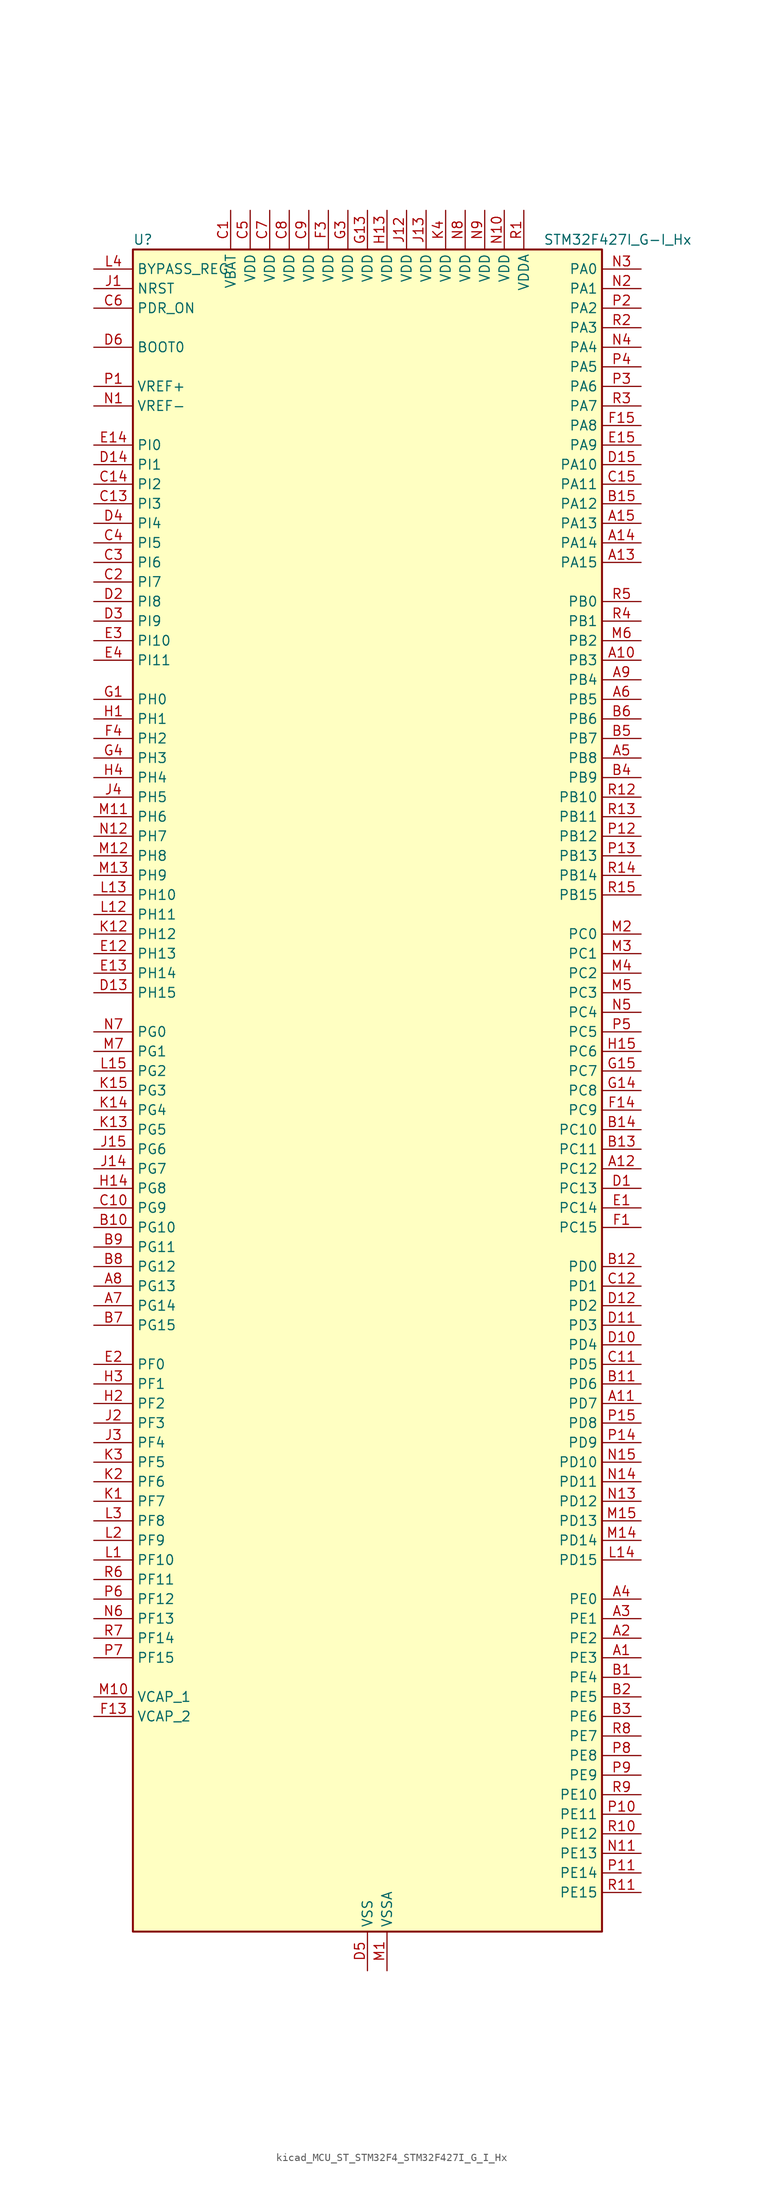
<source format=kicad_sym>
(kicad_symbol_lib
  (version 20220914)
  (generator kicad_symbol_editor)
  (symbol "kicad_MCU_ST_STM32F4_STM32F427I_G_I_Hx"
    (property "Reference" "U"
      (at -30.48 110.49 0)
      (effects (font (size 1.27 1.27)) (justify left)))
    (property "Value" "STM32F427I_G-I_Hx"
      (at 22.86 110.49 0)
      (effects (font (size 1.27 1.27)) (justify left)))
    (property "ki_locked" ""
      (at 0 0 0)
      (effects (font (size 1.27 1.27))))
    (symbol "kicad_MCU_ST_STM32F4_STM32F427I_G_I_Hx_0_1"
      (rectangle (start -30.48 -109.22) (end 30.48 109.22) (stroke (width 0.254) (type default)) (fill (type background))))
    (symbol "kicad_MCU_ST_STM32F4_STM32F427I_G_I_Hx_1_1"
      (pin bidirectional line (at 35.56 -73.66 180) (length 5.08) (name "PE3" (effects (font (size 1.27 1.27)))) (number "A1" (effects (font (size 1.27 1.27)))) (alternate "FMC_A19" bidirectional line) (alternate "SAI1_SD_B" bidirectional line) (alternate "SYS_TRACED0" bidirectional line))
      (pin bidirectional line (at 35.56 55.88 180) (length 5.08) (name "PB3" (effects (font (size 1.27 1.27)))) (number "A10" (effects (font (size 1.27 1.27)))) (alternate "I2S3_CK" bidirectional line) (alternate "SPI1_SCK" bidirectional line) (alternate "SPI3_SCK" bidirectional line) (alternate "SYS_JTDO-SWO" bidirectional line) (alternate "TIM2_CH2" bidirectional line))
      (pin bidirectional line (at 35.56 -40.64 180) (length 5.08) (name "PD7" (effects (font (size 1.27 1.27)))) (number "A11" (effects (font (size 1.27 1.27)))) (alternate "FMC_NCE2" bidirectional line) (alternate "FMC_NE1" bidirectional line) (alternate "USART2_CK" bidirectional line))
      (pin bidirectional line (at 35.56 -10.16 180) (length 5.08) (name "PC12" (effects (font (size 1.27 1.27)))) (number "A12" (effects (font (size 1.27 1.27)))) (alternate "DCMI_D9" bidirectional line) (alternate "I2S3_SD" bidirectional line) (alternate "SDIO_CK" bidirectional line) (alternate "SPI3_MOSI" bidirectional line) (alternate "UART5_TX" bidirectional line) (alternate "USART3_CK" bidirectional line))
      (pin bidirectional line (at 35.56 68.58 180) (length 5.08) (name "PA15" (effects (font (size 1.27 1.27)))) (number "A13" (effects (font (size 1.27 1.27)))) (alternate "ADC1_EXTI15" bidirectional line) (alternate "ADC2_EXTI15" bidirectional line) (alternate "ADC3_EXTI15" bidirectional line) (alternate "I2S3_WS" bidirectional line) (alternate "SPI1_NSS" bidirectional line) (alternate "SPI3_NSS" bidirectional line) (alternate "SYS_JTDI" bidirectional line) (alternate "TIM2_CH1" bidirectional line) (alternate "TIM2_ETR" bidirectional line))
      (pin bidirectional line (at 35.56 71.12 180) (length 5.08) (name "PA14" (effects (font (size 1.27 1.27)))) (number "A14" (effects (font (size 1.27 1.27)))) (alternate "SYS_JTCK-SWCLK" bidirectional line))
      (pin bidirectional line (at 35.56 73.66 180) (length 5.08) (name "PA13" (effects (font (size 1.27 1.27)))) (number "A15" (effects (font (size 1.27 1.27)))) (alternate "SYS_JTMS-SWDIO" bidirectional line))
      (pin bidirectional line (at 35.56 -71.12 180) (length 5.08) (name "PE2" (effects (font (size 1.27 1.27)))) (number "A2" (effects (font (size 1.27 1.27)))) (alternate "ETH_TXD3" bidirectional line) (alternate "FMC_A23" bidirectional line) (alternate "SAI1_MCLK_A" bidirectional line) (alternate "SPI4_SCK" bidirectional line) (alternate "SYS_TRACECLK" bidirectional line))
      (pin bidirectional line (at 35.56 -68.58 180) (length 5.08) (name "PE1" (effects (font (size 1.27 1.27)))) (number "A3" (effects (font (size 1.27 1.27)))) (alternate "DCMI_D3" bidirectional line) (alternate "FMC_NBL1" bidirectional line) (alternate "UART8_TX" bidirectional line))
      (pin bidirectional line (at 35.56 -66.04 180) (length 5.08) (name "PE0" (effects (font (size 1.27 1.27)))) (number "A4" (effects (font (size 1.27 1.27)))) (alternate "DCMI_D2" bidirectional line) (alternate "FMC_NBL0" bidirectional line) (alternate "TIM4_ETR" bidirectional line) (alternate "UART8_RX" bidirectional line))
      (pin bidirectional line (at 35.56 43.18 180) (length 5.08) (name "PB8" (effects (font (size 1.27 1.27)))) (number "A5" (effects (font (size 1.27 1.27)))) (alternate "CAN1_RX" bidirectional line) (alternate "DCMI_D6" bidirectional line) (alternate "ETH_TXD3" bidirectional line) (alternate "I2C1_SCL" bidirectional line) (alternate "SDIO_D4" bidirectional line) (alternate "TIM10_CH1" bidirectional line) (alternate "TIM4_CH3" bidirectional line))
      (pin bidirectional line (at 35.56 50.8 180) (length 5.08) (name "PB5" (effects (font (size 1.27 1.27)))) (number "A6" (effects (font (size 1.27 1.27)))) (alternate "CAN2_RX" bidirectional line) (alternate "DCMI_D10" bidirectional line) (alternate "ETH_PPS_OUT" bidirectional line) (alternate "FMC_SDCKE1" bidirectional line) (alternate "I2C1_SMBA" bidirectional line) (alternate "I2S3_SD" bidirectional line) (alternate "SPI1_MOSI" bidirectional line) (alternate "SPI3_MOSI" bidirectional line) (alternate "TIM3_CH2" bidirectional line) (alternate "USB_OTG_HS_ULPI_D7" bidirectional line))
      (pin bidirectional line (at -35.56 -27.94 0) (length 5.08) (name "PG14" (effects (font (size 1.27 1.27)))) (number "A7" (effects (font (size 1.27 1.27)))) (alternate "ETH_TXD1" bidirectional line) (alternate "FMC_A25" bidirectional line) (alternate "SPI6_MOSI" bidirectional line) (alternate "USART6_TX" bidirectional line))
      (pin bidirectional line (at -35.56 -25.4 0) (length 5.08) (name "PG13" (effects (font (size 1.27 1.27)))) (number "A8" (effects (font (size 1.27 1.27)))) (alternate "ETH_TXD0" bidirectional line) (alternate "FMC_A24" bidirectional line) (alternate "SPI6_SCK" bidirectional line) (alternate "USART6_CTS" bidirectional line))
      (pin bidirectional line (at 35.56 53.34 180) (length 5.08) (name "PB4" (effects (font (size 1.27 1.27)))) (number "A9" (effects (font (size 1.27 1.27)))) (alternate "I2S3_ext_SD" bidirectional line) (alternate "SPI1_MISO" bidirectional line) (alternate "SPI3_MISO" bidirectional line) (alternate "SYS_JTRST" bidirectional line) (alternate "TIM3_CH1" bidirectional line))
      (pin bidirectional line (at 35.56 -76.2 180) (length 5.08) (name "PE4" (effects (font (size 1.27 1.27)))) (number "B1" (effects (font (size 1.27 1.27)))) (alternate "DCMI_D4" bidirectional line) (alternate "FMC_A20" bidirectional line) (alternate "SAI1_FS_A" bidirectional line) (alternate "SPI4_NSS" bidirectional line) (alternate "SYS_TRACED1" bidirectional line))
      (pin bidirectional line (at -35.56 -17.78 0) (length 5.08) (name "PG10" (effects (font (size 1.27 1.27)))) (number "B10" (effects (font (size 1.27 1.27)))) (alternate "DCMI_D2" bidirectional line) (alternate "FMC_NCE4_1" bidirectional line) (alternate "FMC_NE3" bidirectional line))
      (pin bidirectional line (at 35.56 -38.1 180) (length 5.08) (name "PD6" (effects (font (size 1.27 1.27)))) (number "B11" (effects (font (size 1.27 1.27)))) (alternate "DCMI_D10" bidirectional line) (alternate "FMC_NWAIT" bidirectional line) (alternate "I2S3_SD" bidirectional line) (alternate "SAI1_SD_A" bidirectional line) (alternate "SPI3_MOSI" bidirectional line) (alternate "USART2_RX" bidirectional line))
      (pin bidirectional line (at 35.56 -22.86 180) (length 5.08) (name "PD0" (effects (font (size 1.27 1.27)))) (number "B12" (effects (font (size 1.27 1.27)))) (alternate "CAN1_RX" bidirectional line) (alternate "FMC_D2" bidirectional line) (alternate "FMC_DA2" bidirectional line))
      (pin bidirectional line (at 35.56 -7.62 180) (length 5.08) (name "PC11" (effects (font (size 1.27 1.27)))) (number "B13" (effects (font (size 1.27 1.27)))) (alternate "ADC1_EXTI11" bidirectional line) (alternate "ADC2_EXTI11" bidirectional line) (alternate "ADC3_EXTI11" bidirectional line) (alternate "DCMI_D4" bidirectional line) (alternate "I2S3_ext_SD" bidirectional line) (alternate "SDIO_D3" bidirectional line) (alternate "SPI3_MISO" bidirectional line) (alternate "UART4_RX" bidirectional line) (alternate "USART3_RX" bidirectional line))
      (pin bidirectional line (at 35.56 -5.08 180) (length 5.08) (name "PC10" (effects (font (size 1.27 1.27)))) (number "B14" (effects (font (size 1.27 1.27)))) (alternate "DCMI_D8" bidirectional line) (alternate "I2S3_CK" bidirectional line) (alternate "SDIO_D2" bidirectional line) (alternate "SPI3_SCK" bidirectional line) (alternate "UART4_TX" bidirectional line) (alternate "USART3_TX" bidirectional line))
      (pin bidirectional line (at 35.56 76.2 180) (length 5.08) (name "PA12" (effects (font (size 1.27 1.27)))) (number "B15" (effects (font (size 1.27 1.27)))) (alternate "CAN1_TX" bidirectional line) (alternate "TIM1_ETR" bidirectional line) (alternate "USART1_RTS" bidirectional line) (alternate "USB_OTG_FS_DP" bidirectional line))
      (pin bidirectional line (at 35.56 -78.74 180) (length 5.08) (name "PE5" (effects (font (size 1.27 1.27)))) (number "B2" (effects (font (size 1.27 1.27)))) (alternate "DCMI_D6" bidirectional line) (alternate "FMC_A21" bidirectional line) (alternate "SAI1_SCK_A" bidirectional line) (alternate "SPI4_MISO" bidirectional line) (alternate "SYS_TRACED2" bidirectional line) (alternate "TIM9_CH1" bidirectional line))
      (pin bidirectional line (at 35.56 -81.28 180) (length 5.08) (name "PE6" (effects (font (size 1.27 1.27)))) (number "B3" (effects (font (size 1.27 1.27)))) (alternate "DCMI_D7" bidirectional line) (alternate "FMC_A22" bidirectional line) (alternate "SAI1_SD_A" bidirectional line) (alternate "SPI4_MOSI" bidirectional line) (alternate "SYS_TRACED3" bidirectional line) (alternate "TIM9_CH2" bidirectional line))
      (pin bidirectional line (at 35.56 40.64 180) (length 5.08) (name "PB9" (effects (font (size 1.27 1.27)))) (number "B4" (effects (font (size 1.27 1.27)))) (alternate "CAN1_TX" bidirectional line) (alternate "DAC_EXTI9" bidirectional line) (alternate "DCMI_D7" bidirectional line) (alternate "I2C1_SDA" bidirectional line) (alternate "I2S2_WS" bidirectional line) (alternate "SDIO_D5" bidirectional line) (alternate "SPI2_NSS" bidirectional line) (alternate "TIM11_CH1" bidirectional line) (alternate "TIM4_CH4" bidirectional line))
      (pin bidirectional line (at 35.56 45.72 180) (length 5.08) (name "PB7" (effects (font (size 1.27 1.27)))) (number "B5" (effects (font (size 1.27 1.27)))) (alternate "DCMI_VSYNC" bidirectional line) (alternate "FMC_NL" bidirectional line) (alternate "I2C1_SDA" bidirectional line) (alternate "TIM4_CH2" bidirectional line) (alternate "USART1_RX" bidirectional line))
      (pin bidirectional line (at 35.56 48.26 180) (length 5.08) (name "PB6" (effects (font (size 1.27 1.27)))) (number "B6" (effects (font (size 1.27 1.27)))) (alternate "CAN2_TX" bidirectional line) (alternate "DCMI_D5" bidirectional line) (alternate "FMC_SDNE1" bidirectional line) (alternate "I2C1_SCL" bidirectional line) (alternate "TIM4_CH1" bidirectional line) (alternate "USART1_TX" bidirectional line))
      (pin bidirectional line (at -35.56 -30.48 0) (length 5.08) (name "PG15" (effects (font (size 1.27 1.27)))) (number "B7" (effects (font (size 1.27 1.27)))) (alternate "ADC1_EXTI15" bidirectional line) (alternate "ADC2_EXTI15" bidirectional line) (alternate "ADC3_EXTI15" bidirectional line) (alternate "DCMI_D13" bidirectional line) (alternate "FMC_SDNCAS" bidirectional line) (alternate "USART6_CTS" bidirectional line))
      (pin bidirectional line (at -35.56 -22.86 0) (length 5.08) (name "PG12" (effects (font (size 1.27 1.27)))) (number "B8" (effects (font (size 1.27 1.27)))) (alternate "FMC_NE4" bidirectional line) (alternate "SPI6_MISO" bidirectional line) (alternate "USART6_RTS" bidirectional line))
      (pin bidirectional line (at -35.56 -20.32 0) (length 5.08) (name "PG11" (effects (font (size 1.27 1.27)))) (number "B9" (effects (font (size 1.27 1.27)))) (alternate "ADC1_EXTI11" bidirectional line) (alternate "ADC2_EXTI11" bidirectional line) (alternate "ADC3_EXTI11" bidirectional line) (alternate "DCMI_D3" bidirectional line) (alternate "ETH_TX_EN" bidirectional line) (alternate "FMC_NCE4_2" bidirectional line))
      (pin power_in line (at -17.78 114.3 270) (length 5.08) (name "VBAT" (effects (font (size 1.27 1.27)))) (number "C1" (effects (font (size 1.27 1.27)))))
      (pin bidirectional line (at -35.56 -15.24 0) (length 5.08) (name "PG9" (effects (font (size 1.27 1.27)))) (number "C10" (effects (font (size 1.27 1.27)))) (alternate "DAC_EXTI9" bidirectional line) (alternate "DCMI_VSYNC" bidirectional line) (alternate "FMC_NCE3" bidirectional line) (alternate "FMC_NE2" bidirectional line) (alternate "USART6_RX" bidirectional line))
      (pin bidirectional line (at 35.56 -35.56 180) (length 5.08) (name "PD5" (effects (font (size 1.27 1.27)))) (number "C11" (effects (font (size 1.27 1.27)))) (alternate "FMC_NWE" bidirectional line) (alternate "USART2_TX" bidirectional line))
      (pin bidirectional line (at 35.56 -25.4 180) (length 5.08) (name "PD1" (effects (font (size 1.27 1.27)))) (number "C12" (effects (font (size 1.27 1.27)))) (alternate "CAN1_TX" bidirectional line) (alternate "FMC_D3" bidirectional line) (alternate "FMC_DA3" bidirectional line))
      (pin bidirectional line (at -35.56 76.2 0) (length 5.08) (name "PI3" (effects (font (size 1.27 1.27)))) (number "C13" (effects (font (size 1.27 1.27)))) (alternate "DCMI_D10" bidirectional line) (alternate "FMC_D27" bidirectional line) (alternate "I2S2_SD" bidirectional line) (alternate "SPI2_MOSI" bidirectional line) (alternate "TIM8_ETR" bidirectional line))
      (pin bidirectional line (at -35.56 78.74 0) (length 5.08) (name "PI2" (effects (font (size 1.27 1.27)))) (number "C14" (effects (font (size 1.27 1.27)))) (alternate "DCMI_D9" bidirectional line) (alternate "FMC_D26" bidirectional line) (alternate "I2S2_ext_SD" bidirectional line) (alternate "SPI2_MISO" bidirectional line) (alternate "TIM8_CH4" bidirectional line))
      (pin bidirectional line (at 35.56 78.74 180) (length 5.08) (name "PA11" (effects (font (size 1.27 1.27)))) (number "C15" (effects (font (size 1.27 1.27)))) (alternate "ADC1_EXTI11" bidirectional line) (alternate "ADC2_EXTI11" bidirectional line) (alternate "ADC3_EXTI11" bidirectional line) (alternate "CAN1_RX" bidirectional line) (alternate "TIM1_CH4" bidirectional line) (alternate "USART1_CTS" bidirectional line) (alternate "USB_OTG_FS_DM" bidirectional line))
      (pin bidirectional line (at -35.56 66.04 0) (length 5.08) (name "PI7" (effects (font (size 1.27 1.27)))) (number "C2" (effects (font (size 1.27 1.27)))) (alternate "DCMI_D7" bidirectional line) (alternate "FMC_D29" bidirectional line) (alternate "TIM8_CH3" bidirectional line))
      (pin bidirectional line (at -35.56 68.58 0) (length 5.08) (name "PI6" (effects (font (size 1.27 1.27)))) (number "C3" (effects (font (size 1.27 1.27)))) (alternate "DCMI_D6" bidirectional line) (alternate "FMC_D28" bidirectional line) (alternate "TIM8_CH2" bidirectional line))
      (pin bidirectional line (at -35.56 71.12 0) (length 5.08) (name "PI5" (effects (font (size 1.27 1.27)))) (number "C4" (effects (font (size 1.27 1.27)))) (alternate "DCMI_VSYNC" bidirectional line) (alternate "FMC_NBL3" bidirectional line) (alternate "TIM8_CH1" bidirectional line))
      (pin power_in line (at -15.24 114.3 270) (length 5.08) (name "VDD" (effects (font (size 1.27 1.27)))) (number "C5" (effects (font (size 1.27 1.27)))))
      (pin input line (at -35.56 101.6 0) (length 5.08) (name "PDR_ON" (effects (font (size 1.27 1.27)))) (number "C6" (effects (font (size 1.27 1.27)))))
      (pin power_in line (at -12.7 114.3 270) (length 5.08) (name "VDD" (effects (font (size 1.27 1.27)))) (number "C7" (effects (font (size 1.27 1.27)))))
      (pin power_in line (at -10.16 114.3 270) (length 5.08) (name "VDD" (effects (font (size 1.27 1.27)))) (number "C8" (effects (font (size 1.27 1.27)))))
      (pin power_in line (at -7.62 114.3 270) (length 5.08) (name "VDD" (effects (font (size 1.27 1.27)))) (number "C9" (effects (font (size 1.27 1.27)))))
      (pin bidirectional line (at 35.56 -12.7 180) (length 5.08) (name "PC13" (effects (font (size 1.27 1.27)))) (number "D1" (effects (font (size 1.27 1.27)))) (alternate "RTC_AF1" bidirectional line))
      (pin bidirectional line (at 35.56 -33.02 180) (length 5.08) (name "PD4" (effects (font (size 1.27 1.27)))) (number "D10" (effects (font (size 1.27 1.27)))) (alternate "FMC_NOE" bidirectional line) (alternate "USART2_RTS" bidirectional line))
      (pin bidirectional line (at 35.56 -30.48 180) (length 5.08) (name "PD3" (effects (font (size 1.27 1.27)))) (number "D11" (effects (font (size 1.27 1.27)))) (alternate "DCMI_D5" bidirectional line) (alternate "FMC_CLK" bidirectional line) (alternate "I2S2_CK" bidirectional line) (alternate "SPI2_SCK" bidirectional line) (alternate "USART2_CTS" bidirectional line))
      (pin bidirectional line (at 35.56 -27.94 180) (length 5.08) (name "PD2" (effects (font (size 1.27 1.27)))) (number "D12" (effects (font (size 1.27 1.27)))) (alternate "DCMI_D11" bidirectional line) (alternate "SDIO_CMD" bidirectional line) (alternate "TIM3_ETR" bidirectional line) (alternate "UART5_RX" bidirectional line))
      (pin bidirectional line (at -35.56 12.7 0) (length 5.08) (name "PH15" (effects (font (size 1.27 1.27)))) (number "D13" (effects (font (size 1.27 1.27)))) (alternate "ADC1_EXTI15" bidirectional line) (alternate "ADC2_EXTI15" bidirectional line) (alternate "ADC3_EXTI15" bidirectional line) (alternate "DCMI_D11" bidirectional line) (alternate "FMC_D23" bidirectional line) (alternate "TIM8_CH3N" bidirectional line))
      (pin bidirectional line (at -35.56 81.28 0) (length 5.08) (name "PI1" (effects (font (size 1.27 1.27)))) (number "D14" (effects (font (size 1.27 1.27)))) (alternate "DCMI_D8" bidirectional line) (alternate "FMC_D25" bidirectional line) (alternate "I2S2_CK" bidirectional line) (alternate "SPI2_SCK" bidirectional line))
      (pin bidirectional line (at 35.56 81.28 180) (length 5.08) (name "PA10" (effects (font (size 1.27 1.27)))) (number "D15" (effects (font (size 1.27 1.27)))) (alternate "DCMI_D1" bidirectional line) (alternate "TIM1_CH3" bidirectional line) (alternate "USART1_RX" bidirectional line) (alternate "USB_OTG_FS_ID" bidirectional line))
      (pin bidirectional line (at -35.56 63.5 0) (length 5.08) (name "PI8" (effects (font (size 1.27 1.27)))) (number "D2" (effects (font (size 1.27 1.27)))) (alternate "RTC_AF2" bidirectional line))
      (pin bidirectional line (at -35.56 60.96 0) (length 5.08) (name "PI9" (effects (font (size 1.27 1.27)))) (number "D3" (effects (font (size 1.27 1.27)))) (alternate "CAN1_RX" bidirectional line) (alternate "DAC_EXTI9" bidirectional line) (alternate "FMC_D30" bidirectional line))
      (pin bidirectional line (at -35.56 73.66 0) (length 5.08) (name "PI4" (effects (font (size 1.27 1.27)))) (number "D4" (effects (font (size 1.27 1.27)))) (alternate "DCMI_D5" bidirectional line) (alternate "FMC_NBL2" bidirectional line) (alternate "TIM8_BKIN" bidirectional line))
      (pin power_in line (at 0 -114.3 90) (length 5.08) (name "VSS" (effects (font (size 1.27 1.27)))) (number "D5" (effects (font (size 1.27 1.27)))))
      (pin input line (at -35.56 96.52 0) (length 5.08) (name "BOOT0" (effects (font (size 1.27 1.27)))) (number "D6" (effects (font (size 1.27 1.27)))))
      (pin passive line (at 0 -114.3 90) (length 5.08) hide (name "VSS" (effects (font (size 1.27 1.27)))) (number "D7" (effects (font (size 1.27 1.27)))))
      (pin passive line (at 0 -114.3 90) (length 5.08) hide (name "VSS" (effects (font (size 1.27 1.27)))) (number "D8" (effects (font (size 1.27 1.27)))))
      (pin passive line (at 0 -114.3 90) (length 5.08) hide (name "VSS" (effects (font (size 1.27 1.27)))) (number "D9" (effects (font (size 1.27 1.27)))))
      (pin bidirectional line (at 35.56 -15.24 180) (length 5.08) (name "PC14" (effects (font (size 1.27 1.27)))) (number "E1" (effects (font (size 1.27 1.27)))) (alternate "RCC_OSC32_IN" bidirectional line))
      (pin bidirectional line (at -35.56 17.78 0) (length 5.08) (name "PH13" (effects (font (size 1.27 1.27)))) (number "E12" (effects (font (size 1.27 1.27)))) (alternate "CAN1_TX" bidirectional line) (alternate "FMC_D21" bidirectional line) (alternate "TIM8_CH1N" bidirectional line))
      (pin bidirectional line (at -35.56 15.24 0) (length 5.08) (name "PH14" (effects (font (size 1.27 1.27)))) (number "E13" (effects (font (size 1.27 1.27)))) (alternate "DCMI_D4" bidirectional line) (alternate "FMC_D22" bidirectional line) (alternate "TIM8_CH2N" bidirectional line))
      (pin bidirectional line (at -35.56 83.82 0) (length 5.08) (name "PI0" (effects (font (size 1.27 1.27)))) (number "E14" (effects (font (size 1.27 1.27)))) (alternate "DCMI_D13" bidirectional line) (alternate "FMC_D24" bidirectional line) (alternate "I2S2_WS" bidirectional line) (alternate "SPI2_NSS" bidirectional line) (alternate "TIM5_CH4" bidirectional line))
      (pin bidirectional line (at 35.56 83.82 180) (length 5.08) (name "PA9" (effects (font (size 1.27 1.27)))) (number "E15" (effects (font (size 1.27 1.27)))) (alternate "DAC_EXTI9" bidirectional line) (alternate "DCMI_D0" bidirectional line) (alternate "I2C3_SMBA" bidirectional line) (alternate "TIM1_CH2" bidirectional line) (alternate "USART1_TX" bidirectional line) (alternate "USB_OTG_FS_VBUS" bidirectional line))
      (pin bidirectional line (at -35.56 -35.56 0) (length 5.08) (name "PF0" (effects (font (size 1.27 1.27)))) (number "E2" (effects (font (size 1.27 1.27)))) (alternate "FMC_A0" bidirectional line) (alternate "I2C2_SDA" bidirectional line))
      (pin bidirectional line (at -35.56 58.42 0) (length 5.08) (name "PI10" (effects (font (size 1.27 1.27)))) (number "E3" (effects (font (size 1.27 1.27)))) (alternate "ETH_RX_ER" bidirectional line) (alternate "FMC_D31" bidirectional line))
      (pin bidirectional line (at -35.56 55.88 0) (length 5.08) (name "PI11" (effects (font (size 1.27 1.27)))) (number "E4" (effects (font (size 1.27 1.27)))) (alternate "ADC1_EXTI11" bidirectional line) (alternate "ADC2_EXTI11" bidirectional line) (alternate "ADC3_EXTI11" bidirectional line) (alternate "USB_OTG_HS_ULPI_DIR" bidirectional line))
      (pin bidirectional line (at 35.56 -17.78 180) (length 5.08) (name "PC15" (effects (font (size 1.27 1.27)))) (number "F1" (effects (font (size 1.27 1.27)))) (alternate "ADC1_EXTI15" bidirectional line) (alternate "ADC2_EXTI15" bidirectional line) (alternate "ADC3_EXTI15" bidirectional line) (alternate "RCC_OSC32_OUT" bidirectional line))
      (pin passive line (at 0 -114.3 90) (length 5.08) hide (name "VSS" (effects (font (size 1.27 1.27)))) (number "F10" (effects (font (size 1.27 1.27)))))
      (pin passive line (at 0 -114.3 90) (length 5.08) hide (name "VSS" (effects (font (size 1.27 1.27)))) (number "F12" (effects (font (size 1.27 1.27)))))
      (pin power_out line (at -35.56 -81.28 0) (length 5.08) (name "VCAP_2" (effects (font (size 1.27 1.27)))) (number "F13" (effects (font (size 1.27 1.27)))))
      (pin bidirectional line (at 35.56 -2.54 180) (length 5.08) (name "PC9" (effects (font (size 1.27 1.27)))) (number "F14" (effects (font (size 1.27 1.27)))) (alternate "DAC_EXTI9" bidirectional line) (alternate "DCMI_D3" bidirectional line) (alternate "I2C3_SDA" bidirectional line) (alternate "I2S_CKIN" bidirectional line) (alternate "RCC_MCO_2" bidirectional line) (alternate "SDIO_D1" bidirectional line) (alternate "TIM3_CH4" bidirectional line) (alternate "TIM8_CH4" bidirectional line))
      (pin bidirectional line (at 35.56 86.36 180) (length 5.08) (name "PA8" (effects (font (size 1.27 1.27)))) (number "F15" (effects (font (size 1.27 1.27)))) (alternate "I2C3_SCL" bidirectional line) (alternate "RCC_MCO_1" bidirectional line) (alternate "TIM1_CH1" bidirectional line) (alternate "USART1_CK" bidirectional line) (alternate "USB_OTG_FS_SOF" bidirectional line))
      (pin passive line (at 0 -114.3 90) (length 5.08) hide (name "VSS" (effects (font (size 1.27 1.27)))) (number "F2" (effects (font (size 1.27 1.27)))))
      (pin power_in line (at -5.08 114.3 270) (length 5.08) (name "VDD" (effects (font (size 1.27 1.27)))) (number "F3" (effects (font (size 1.27 1.27)))))
      (pin bidirectional line (at -35.56 45.72 0) (length 5.08) (name "PH2" (effects (font (size 1.27 1.27)))) (number "F4" (effects (font (size 1.27 1.27)))) (alternate "ETH_CRS" bidirectional line) (alternate "FMC_SDCKE0" bidirectional line))
      (pin passive line (at 0 -114.3 90) (length 5.08) hide (name "VSS" (effects (font (size 1.27 1.27)))) (number "F6" (effects (font (size 1.27 1.27)))))
      (pin passive line (at 0 -114.3 90) (length 5.08) hide (name "VSS" (effects (font (size 1.27 1.27)))) (number "F7" (effects (font (size 1.27 1.27)))))
      (pin passive line (at 0 -114.3 90) (length 5.08) hide (name "VSS" (effects (font (size 1.27 1.27)))) (number "F8" (effects (font (size 1.27 1.27)))))
      (pin passive line (at 0 -114.3 90) (length 5.08) hide (name "VSS" (effects (font (size 1.27 1.27)))) (number "F9" (effects (font (size 1.27 1.27)))))
      (pin bidirectional line (at -35.56 50.8 0) (length 5.08) (name "PH0" (effects (font (size 1.27 1.27)))) (number "G1" (effects (font (size 1.27 1.27)))) (alternate "RCC_OSC_IN" bidirectional line))
      (pin passive line (at 0 -114.3 90) (length 5.08) hide (name "VSS" (effects (font (size 1.27 1.27)))) (number "G10" (effects (font (size 1.27 1.27)))))
      (pin passive line (at 0 -114.3 90) (length 5.08) hide (name "VSS" (effects (font (size 1.27 1.27)))) (number "G12" (effects (font (size 1.27 1.27)))))
      (pin power_in line (at 0 114.3 270) (length 5.08) (name "VDD" (effects (font (size 1.27 1.27)))) (number "G13" (effects (font (size 1.27 1.27)))))
      (pin bidirectional line (at 35.56 0 180) (length 5.08) (name "PC8" (effects (font (size 1.27 1.27)))) (number "G14" (effects (font (size 1.27 1.27)))) (alternate "DCMI_D2" bidirectional line) (alternate "SDIO_D0" bidirectional line) (alternate "TIM3_CH3" bidirectional line) (alternate "TIM8_CH3" bidirectional line) (alternate "USART6_CK" bidirectional line))
      (pin bidirectional line (at 35.56 2.54 180) (length 5.08) (name "PC7" (effects (font (size 1.27 1.27)))) (number "G15" (effects (font (size 1.27 1.27)))) (alternate "DCMI_D1" bidirectional line) (alternate "I2S3_MCK" bidirectional line) (alternate "SDIO_D7" bidirectional line) (alternate "TIM3_CH2" bidirectional line) (alternate "TIM8_CH2" bidirectional line) (alternate "USART6_RX" bidirectional line))
      (pin passive line (at 0 -114.3 90) (length 5.08) hide (name "VSS" (effects (font (size 1.27 1.27)))) (number "G2" (effects (font (size 1.27 1.27)))))
      (pin power_in line (at -2.54 114.3 270) (length 5.08) (name "VDD" (effects (font (size 1.27 1.27)))) (number "G3" (effects (font (size 1.27 1.27)))))
      (pin bidirectional line (at -35.56 43.18 0) (length 5.08) (name "PH3" (effects (font (size 1.27 1.27)))) (number "G4" (effects (font (size 1.27 1.27)))) (alternate "ETH_COL" bidirectional line) (alternate "FMC_SDNE0" bidirectional line))
      (pin passive line (at 0 -114.3 90) (length 5.08) hide (name "VSS" (effects (font (size 1.27 1.27)))) (number "G6" (effects (font (size 1.27 1.27)))))
      (pin passive line (at 0 -114.3 90) (length 5.08) hide (name "VSS" (effects (font (size 1.27 1.27)))) (number "G7" (effects (font (size 1.27 1.27)))))
      (pin passive line (at 0 -114.3 90) (length 5.08) hide (name "VSS" (effects (font (size 1.27 1.27)))) (number "G8" (effects (font (size 1.27 1.27)))))
      (pin passive line (at 0 -114.3 90) (length 5.08) hide (name "VSS" (effects (font (size 1.27 1.27)))) (number "G9" (effects (font (size 1.27 1.27)))))
      (pin bidirectional line (at -35.56 48.26 0) (length 5.08) (name "PH1" (effects (font (size 1.27 1.27)))) (number "H1" (effects (font (size 1.27 1.27)))) (alternate "RCC_OSC_OUT" bidirectional line))
      (pin passive line (at 0 -114.3 90) (length 5.08) hide (name "VSS" (effects (font (size 1.27 1.27)))) (number "H10" (effects (font (size 1.27 1.27)))))
      (pin passive line (at 0 -114.3 90) (length 5.08) hide (name "VSS" (effects (font (size 1.27 1.27)))) (number "H12" (effects (font (size 1.27 1.27)))))
      (pin power_in line (at 2.54 114.3 270) (length 5.08) (name "VDD" (effects (font (size 1.27 1.27)))) (number "H13" (effects (font (size 1.27 1.27)))))
      (pin bidirectional line (at -35.56 -12.7 0) (length 5.08) (name "PG8" (effects (font (size 1.27 1.27)))) (number "H14" (effects (font (size 1.27 1.27)))) (alternate "ETH_PPS_OUT" bidirectional line) (alternate "FMC_SDCLK" bidirectional line) (alternate "SPI6_NSS" bidirectional line) (alternate "USART6_RTS" bidirectional line))
      (pin bidirectional line (at 35.56 5.08 180) (length 5.08) (name "PC6" (effects (font (size 1.27 1.27)))) (number "H15" (effects (font (size 1.27 1.27)))) (alternate "DCMI_D0" bidirectional line) (alternate "I2S2_MCK" bidirectional line) (alternate "SDIO_D6" bidirectional line) (alternate "TIM3_CH1" bidirectional line) (alternate "TIM8_CH1" bidirectional line) (alternate "USART6_TX" bidirectional line))
      (pin bidirectional line (at -35.56 -40.64 0) (length 5.08) (name "PF2" (effects (font (size 1.27 1.27)))) (number "H2" (effects (font (size 1.27 1.27)))) (alternate "FMC_A2" bidirectional line) (alternate "I2C2_SMBA" bidirectional line))
      (pin bidirectional line (at -35.56 -38.1 0) (length 5.08) (name "PF1" (effects (font (size 1.27 1.27)))) (number "H3" (effects (font (size 1.27 1.27)))) (alternate "FMC_A1" bidirectional line) (alternate "I2C2_SCL" bidirectional line))
      (pin bidirectional line (at -35.56 40.64 0) (length 5.08) (name "PH4" (effects (font (size 1.27 1.27)))) (number "H4" (effects (font (size 1.27 1.27)))) (alternate "I2C2_SCL" bidirectional line) (alternate "USB_OTG_HS_ULPI_NXT" bidirectional line))
      (pin passive line (at 0 -114.3 90) (length 5.08) hide (name "VSS" (effects (font (size 1.27 1.27)))) (number "H6" (effects (font (size 1.27 1.27)))))
      (pin passive line (at 0 -114.3 90) (length 5.08) hide (name "VSS" (effects (font (size 1.27 1.27)))) (number "H7" (effects (font (size 1.27 1.27)))))
      (pin passive line (at 0 -114.3 90) (length 5.08) hide (name "VSS" (effects (font (size 1.27 1.27)))) (number "H8" (effects (font (size 1.27 1.27)))))
      (pin passive line (at 0 -114.3 90) (length 5.08) hide (name "VSS" (effects (font (size 1.27 1.27)))) (number "H9" (effects (font (size 1.27 1.27)))))
      (pin input line (at -35.56 104.14 0) (length 5.08) (name "NRST" (effects (font (size 1.27 1.27)))) (number "J1" (effects (font (size 1.27 1.27)))))
      (pin passive line (at 0 -114.3 90) (length 5.08) hide (name "VSS" (effects (font (size 1.27 1.27)))) (number "J10" (effects (font (size 1.27 1.27)))))
      (pin power_in line (at 5.08 114.3 270) (length 5.08) (name "VDD" (effects (font (size 1.27 1.27)))) (number "J12" (effects (font (size 1.27 1.27)))))
      (pin power_in line (at 7.62 114.3 270) (length 5.08) (name "VDD" (effects (font (size 1.27 1.27)))) (number "J13" (effects (font (size 1.27 1.27)))))
      (pin bidirectional line (at -35.56 -10.16 0) (length 5.08) (name "PG7" (effects (font (size 1.27 1.27)))) (number "J14" (effects (font (size 1.27 1.27)))) (alternate "DCMI_D13" bidirectional line) (alternate "FMC_INT3" bidirectional line) (alternate "USART6_CK" bidirectional line))
      (pin bidirectional line (at -35.56 -7.62 0) (length 5.08) (name "PG6" (effects (font (size 1.27 1.27)))) (number "J15" (effects (font (size 1.27 1.27)))) (alternate "DCMI_D12" bidirectional line) (alternate "FMC_INT2" bidirectional line))
      (pin bidirectional line (at -35.56 -43.18 0) (length 5.08) (name "PF3" (effects (font (size 1.27 1.27)))) (number "J2" (effects (font (size 1.27 1.27)))) (alternate "ADC3_IN9" bidirectional line) (alternate "FMC_A3" bidirectional line))
      (pin bidirectional line (at -35.56 -45.72 0) (length 5.08) (name "PF4" (effects (font (size 1.27 1.27)))) (number "J3" (effects (font (size 1.27 1.27)))) (alternate "ADC3_IN14" bidirectional line) (alternate "FMC_A4" bidirectional line))
      (pin bidirectional line (at -35.56 38.1 0) (length 5.08) (name "PH5" (effects (font (size 1.27 1.27)))) (number "J4" (effects (font (size 1.27 1.27)))) (alternate "FMC_SDNWE" bidirectional line) (alternate "I2C2_SDA" bidirectional line) (alternate "SPI5_NSS" bidirectional line))
      (pin passive line (at 0 -114.3 90) (length 5.08) hide (name "VSS" (effects (font (size 1.27 1.27)))) (number "J6" (effects (font (size 1.27 1.27)))))
      (pin passive line (at 0 -114.3 90) (length 5.08) hide (name "VSS" (effects (font (size 1.27 1.27)))) (number "J7" (effects (font (size 1.27 1.27)))))
      (pin passive line (at 0 -114.3 90) (length 5.08) hide (name "VSS" (effects (font (size 1.27 1.27)))) (number "J8" (effects (font (size 1.27 1.27)))))
      (pin passive line (at 0 -114.3 90) (length 5.08) hide (name "VSS" (effects (font (size 1.27 1.27)))) (number "J9" (effects (font (size 1.27 1.27)))))
      (pin bidirectional line (at -35.56 -53.34 0) (length 5.08) (name "PF7" (effects (font (size 1.27 1.27)))) (number "K1" (effects (font (size 1.27 1.27)))) (alternate "ADC3_IN5" bidirectional line) (alternate "FMC_NREG" bidirectional line) (alternate "SAI1_MCLK_B" bidirectional line) (alternate "SPI5_SCK" bidirectional line) (alternate "TIM11_CH1" bidirectional line) (alternate "UART7_TX" bidirectional line))
      (pin passive line (at 0 -114.3 90) (length 5.08) hide (name "VSS" (effects (font (size 1.27 1.27)))) (number "K10" (effects (font (size 1.27 1.27)))))
      (pin bidirectional line (at -35.56 20.32 0) (length 5.08) (name "PH12" (effects (font (size 1.27 1.27)))) (number "K12" (effects (font (size 1.27 1.27)))) (alternate "DCMI_D3" bidirectional line) (alternate "FMC_D20" bidirectional line) (alternate "TIM5_CH3" bidirectional line))
      (pin bidirectional line (at -35.56 -5.08 0) (length 5.08) (name "PG5" (effects (font (size 1.27 1.27)))) (number "K13" (effects (font (size 1.27 1.27)))) (alternate "FMC_A15" bidirectional line) (alternate "FMC_BA1" bidirectional line))
      (pin bidirectional line (at -35.56 -2.54 0) (length 5.08) (name "PG4" (effects (font (size 1.27 1.27)))) (number "K14" (effects (font (size 1.27 1.27)))) (alternate "FMC_A14" bidirectional line) (alternate "FMC_BA0" bidirectional line))
      (pin bidirectional line (at -35.56 0 0) (length 5.08) (name "PG3" (effects (font (size 1.27 1.27)))) (number "K15" (effects (font (size 1.27 1.27)))) (alternate "FMC_A13" bidirectional line))
      (pin bidirectional line (at -35.56 -50.8 0) (length 5.08) (name "PF6" (effects (font (size 1.27 1.27)))) (number "K2" (effects (font (size 1.27 1.27)))) (alternate "ADC3_IN4" bidirectional line) (alternate "FMC_NIORD" bidirectional line) (alternate "SAI1_SD_B" bidirectional line) (alternate "SPI5_NSS" bidirectional line) (alternate "TIM10_CH1" bidirectional line) (alternate "UART7_RX" bidirectional line))
      (pin bidirectional line (at -35.56 -48.26 0) (length 5.08) (name "PF5" (effects (font (size 1.27 1.27)))) (number "K3" (effects (font (size 1.27 1.27)))) (alternate "ADC3_IN15" bidirectional line) (alternate "FMC_A5" bidirectional line))
      (pin power_in line (at 10.16 114.3 270) (length 5.08) (name "VDD" (effects (font (size 1.27 1.27)))) (number "K4" (effects (font (size 1.27 1.27)))))
      (pin passive line (at 0 -114.3 90) (length 5.08) hide (name "VSS" (effects (font (size 1.27 1.27)))) (number "K6" (effects (font (size 1.27 1.27)))))
      (pin passive line (at 0 -114.3 90) (length 5.08) hide (name "VSS" (effects (font (size 1.27 1.27)))) (number "K7" (effects (font (size 1.27 1.27)))))
      (pin passive line (at 0 -114.3 90) (length 5.08) hide (name "VSS" (effects (font (size 1.27 1.27)))) (number "K8" (effects (font (size 1.27 1.27)))))
      (pin passive line (at 0 -114.3 90) (length 5.08) hide (name "VSS" (effects (font (size 1.27 1.27)))) (number "K9" (effects (font (size 1.27 1.27)))))
      (pin bidirectional line (at -35.56 -60.96 0) (length 5.08) (name "PF10" (effects (font (size 1.27 1.27)))) (number "L1" (effects (font (size 1.27 1.27)))) (alternate "ADC3_IN8" bidirectional line) (alternate "DCMI_D11" bidirectional line) (alternate "FMC_INTR" bidirectional line))
      (pin bidirectional line (at -35.56 22.86 0) (length 5.08) (name "PH11" (effects (font (size 1.27 1.27)))) (number "L12" (effects (font (size 1.27 1.27)))) (alternate "ADC1_EXTI11" bidirectional line) (alternate "ADC2_EXTI11" bidirectional line) (alternate "ADC3_EXTI11" bidirectional line) (alternate "DCMI_D2" bidirectional line) (alternate "FMC_D19" bidirectional line) (alternate "TIM5_CH2" bidirectional line))
      (pin bidirectional line (at -35.56 25.4 0) (length 5.08) (name "PH10" (effects (font (size 1.27 1.27)))) (number "L13" (effects (font (size 1.27 1.27)))) (alternate "DCMI_D1" bidirectional line) (alternate "FMC_D18" bidirectional line) (alternate "TIM5_CH1" bidirectional line))
      (pin bidirectional line (at 35.56 -60.96 180) (length 5.08) (name "PD15" (effects (font (size 1.27 1.27)))) (number "L14" (effects (font (size 1.27 1.27)))) (alternate "ADC1_EXTI15" bidirectional line) (alternate "ADC2_EXTI15" bidirectional line) (alternate "ADC3_EXTI15" bidirectional line) (alternate "FMC_D1" bidirectional line) (alternate "FMC_DA1" bidirectional line) (alternate "TIM4_CH4" bidirectional line))
      (pin bidirectional line (at -35.56 2.54 0) (length 5.08) (name "PG2" (effects (font (size 1.27 1.27)))) (number "L15" (effects (font (size 1.27 1.27)))) (alternate "FMC_A12" bidirectional line))
      (pin bidirectional line (at -35.56 -58.42 0) (length 5.08) (name "PF9" (effects (font (size 1.27 1.27)))) (number "L2" (effects (font (size 1.27 1.27)))) (alternate "ADC3_IN7" bidirectional line) (alternate "DAC_EXTI9" bidirectional line) (alternate "FMC_CD" bidirectional line) (alternate "SAI1_FS_B" bidirectional line) (alternate "SPI5_MOSI" bidirectional line) (alternate "TIM14_CH1" bidirectional line))
      (pin bidirectional line (at -35.56 -55.88 0) (length 5.08) (name "PF8" (effects (font (size 1.27 1.27)))) (number "L3" (effects (font (size 1.27 1.27)))) (alternate "ADC3_IN6" bidirectional line) (alternate "FMC_NIOWR" bidirectional line) (alternate "SAI1_SCK_B" bidirectional line) (alternate "SPI5_MISO" bidirectional line) (alternate "TIM13_CH1" bidirectional line))
      (pin input line (at -35.56 106.68 0) (length 5.08) (name "BYPASS_REG" (effects (font (size 1.27 1.27)))) (number "L4" (effects (font (size 1.27 1.27)))))
      (pin power_in line (at 2.54 -114.3 90) (length 5.08) (name "VSSA" (effects (font (size 1.27 1.27)))) (number "M1" (effects (font (size 1.27 1.27)))))
      (pin power_out line (at -35.56 -78.74 0) (length 5.08) (name "VCAP_1" (effects (font (size 1.27 1.27)))) (number "M10" (effects (font (size 1.27 1.27)))))
      (pin bidirectional line (at -35.56 35.56 0) (length 5.08) (name "PH6" (effects (font (size 1.27 1.27)))) (number "M11" (effects (font (size 1.27 1.27)))) (alternate "DCMI_D8" bidirectional line) (alternate "ETH_RXD2" bidirectional line) (alternate "FMC_SDNE1" bidirectional line) (alternate "I2C2_SMBA" bidirectional line) (alternate "SPI5_SCK" bidirectional line) (alternate "TIM12_CH1" bidirectional line))
      (pin bidirectional line (at -35.56 30.48 0) (length 5.08) (name "PH8" (effects (font (size 1.27 1.27)))) (number "M12" (effects (font (size 1.27 1.27)))) (alternate "DCMI_HSYNC" bidirectional line) (alternate "FMC_D16" bidirectional line) (alternate "I2C3_SDA" bidirectional line))
      (pin bidirectional line (at -35.56 27.94 0) (length 5.08) (name "PH9" (effects (font (size 1.27 1.27)))) (number "M13" (effects (font (size 1.27 1.27)))) (alternate "DAC_EXTI9" bidirectional line) (alternate "DCMI_D0" bidirectional line) (alternate "FMC_D17" bidirectional line) (alternate "I2C3_SMBA" bidirectional line) (alternate "TIM12_CH2" bidirectional line))
      (pin bidirectional line (at 35.56 -58.42 180) (length 5.08) (name "PD14" (effects (font (size 1.27 1.27)))) (number "M14" (effects (font (size 1.27 1.27)))) (alternate "FMC_D0" bidirectional line) (alternate "FMC_DA0" bidirectional line) (alternate "TIM4_CH3" bidirectional line))
      (pin bidirectional line (at 35.56 -55.88 180) (length 5.08) (name "PD13" (effects (font (size 1.27 1.27)))) (number "M15" (effects (font (size 1.27 1.27)))) (alternate "FMC_A18" bidirectional line) (alternate "TIM4_CH2" bidirectional line))
      (pin bidirectional line (at 35.56 20.32 180) (length 5.08) (name "PC0" (effects (font (size 1.27 1.27)))) (number "M2" (effects (font (size 1.27 1.27)))) (alternate "ADC1_IN10" bidirectional line) (alternate "ADC2_IN10" bidirectional line) (alternate "ADC3_IN10" bidirectional line) (alternate "FMC_SDNWE" bidirectional line) (alternate "USB_OTG_HS_ULPI_STP" bidirectional line))
      (pin bidirectional line (at 35.56 17.78 180) (length 5.08) (name "PC1" (effects (font (size 1.27 1.27)))) (number "M3" (effects (font (size 1.27 1.27)))) (alternate "ADC1_IN11" bidirectional line) (alternate "ADC2_IN11" bidirectional line) (alternate "ADC3_IN11" bidirectional line) (alternate "ETH_MDC" bidirectional line))
      (pin bidirectional line (at 35.56 15.24 180) (length 5.08) (name "PC2" (effects (font (size 1.27 1.27)))) (number "M4" (effects (font (size 1.27 1.27)))) (alternate "ADC1_IN12" bidirectional line) (alternate "ADC2_IN12" bidirectional line) (alternate "ADC3_IN12" bidirectional line) (alternate "ETH_TXD2" bidirectional line) (alternate "FMC_SDNE0" bidirectional line) (alternate "I2S2_ext_SD" bidirectional line) (alternate "SPI2_MISO" bidirectional line) (alternate "USB_OTG_HS_ULPI_DIR" bidirectional line))
      (pin bidirectional line (at 35.56 12.7 180) (length 5.08) (name "PC3" (effects (font (size 1.27 1.27)))) (number "M5" (effects (font (size 1.27 1.27)))) (alternate "ADC1_IN13" bidirectional line) (alternate "ADC2_IN13" bidirectional line) (alternate "ADC3_IN13" bidirectional line) (alternate "ETH_TX_CLK" bidirectional line) (alternate "FMC_SDCKE0" bidirectional line) (alternate "I2S2_SD" bidirectional line) (alternate "SPI2_MOSI" bidirectional line) (alternate "USB_OTG_HS_ULPI_NXT" bidirectional line))
      (pin bidirectional line (at 35.56 58.42 180) (length 5.08) (name "PB2" (effects (font (size 1.27 1.27)))) (number "M6" (effects (font (size 1.27 1.27)))))
      (pin bidirectional line (at -35.56 5.08 0) (length 5.08) (name "PG1" (effects (font (size 1.27 1.27)))) (number "M7" (effects (font (size 1.27 1.27)))) (alternate "FMC_A11" bidirectional line))
      (pin passive line (at 0 -114.3 90) (length 5.08) hide (name "VSS" (effects (font (size 1.27 1.27)))) (number "M8" (effects (font (size 1.27 1.27)))))
      (pin passive line (at 0 -114.3 90) (length 5.08) hide (name "VSS" (effects (font (size 1.27 1.27)))) (number "M9" (effects (font (size 1.27 1.27)))))
      (pin input line (at -35.56 88.9 0) (length 5.08) (name "VREF-" (effects (font (size 1.27 1.27)))) (number "N1" (effects (font (size 1.27 1.27)))))
      (pin power_in line (at 17.78 114.3 270) (length 5.08) (name "VDD" (effects (font (size 1.27 1.27)))) (number "N10" (effects (font (size 1.27 1.27)))))
      (pin bidirectional line (at 35.56 -99.06 180) (length 5.08) (name "PE13" (effects (font (size 1.27 1.27)))) (number "N11" (effects (font (size 1.27 1.27)))) (alternate "FMC_D10" bidirectional line) (alternate "FMC_DA10" bidirectional line) (alternate "SPI4_MISO" bidirectional line) (alternate "TIM1_CH3" bidirectional line))
      (pin bidirectional line (at -35.56 33.02 0) (length 5.08) (name "PH7" (effects (font (size 1.27 1.27)))) (number "N12" (effects (font (size 1.27 1.27)))) (alternate "DCMI_D9" bidirectional line) (alternate "ETH_RXD3" bidirectional line) (alternate "FMC_SDCKE1" bidirectional line) (alternate "I2C3_SCL" bidirectional line) (alternate "SPI5_MISO" bidirectional line))
      (pin bidirectional line (at 35.56 -53.34 180) (length 5.08) (name "PD12" (effects (font (size 1.27 1.27)))) (number "N13" (effects (font (size 1.27 1.27)))) (alternate "FMC_A17" bidirectional line) (alternate "FMC_ALE" bidirectional line) (alternate "TIM4_CH1" bidirectional line) (alternate "USART3_RTS" bidirectional line))
      (pin bidirectional line (at 35.56 -50.8 180) (length 5.08) (name "PD11" (effects (font (size 1.27 1.27)))) (number "N14" (effects (font (size 1.27 1.27)))) (alternate "ADC1_EXTI11" bidirectional line) (alternate "ADC2_EXTI11" bidirectional line) (alternate "ADC3_EXTI11" bidirectional line) (alternate "FMC_A16" bidirectional line) (alternate "FMC_CLE" bidirectional line) (alternate "USART3_CTS" bidirectional line))
      (pin bidirectional line (at 35.56 -48.26 180) (length 5.08) (name "PD10" (effects (font (size 1.27 1.27)))) (number "N15" (effects (font (size 1.27 1.27)))) (alternate "FMC_D15" bidirectional line) (alternate "FMC_DA15" bidirectional line) (alternate "USART3_CK" bidirectional line))
      (pin bidirectional line (at 35.56 104.14 180) (length 5.08) (name "PA1" (effects (font (size 1.27 1.27)))) (number "N2" (effects (font (size 1.27 1.27)))) (alternate "ADC1_IN1" bidirectional line) (alternate "ADC2_IN1" bidirectional line) (alternate "ADC3_IN1" bidirectional line) (alternate "ETH_REF_CLK" bidirectional line) (alternate "ETH_RX_CLK" bidirectional line) (alternate "TIM2_CH2" bidirectional line) (alternate "TIM5_CH2" bidirectional line) (alternate "UART4_RX" bidirectional line) (alternate "USART2_RTS" bidirectional line))
      (pin bidirectional line (at 35.56 106.68 180) (length 5.08) (name "PA0" (effects (font (size 1.27 1.27)))) (number "N3" (effects (font (size 1.27 1.27)))) (alternate "ADC1_IN0" bidirectional line) (alternate "ADC2_IN0" bidirectional line) (alternate "ADC3_IN0" bidirectional line) (alternate "ETH_CRS" bidirectional line) (alternate "SYS_WKUP" bidirectional line) (alternate "TIM2_CH1" bidirectional line) (alternate "TIM2_ETR" bidirectional line) (alternate "TIM5_CH1" bidirectional line) (alternate "TIM8_ETR" bidirectional line) (alternate "UART4_TX" bidirectional line) (alternate "USART2_CTS" bidirectional line))
      (pin bidirectional line (at 35.56 96.52 180) (length 5.08) (name "PA4" (effects (font (size 1.27 1.27)))) (number "N4" (effects (font (size 1.27 1.27)))) (alternate "ADC1_IN4" bidirectional line) (alternate "ADC2_IN4" bidirectional line) (alternate "DAC_OUT1" bidirectional line) (alternate "DCMI_HSYNC" bidirectional line) (alternate "I2S3_WS" bidirectional line) (alternate "SPI1_NSS" bidirectional line) (alternate "SPI3_NSS" bidirectional line) (alternate "USART2_CK" bidirectional line) (alternate "USB_OTG_HS_SOF" bidirectional line))
      (pin bidirectional line (at 35.56 10.16 180) (length 5.08) (name "PC4" (effects (font (size 1.27 1.27)))) (number "N5" (effects (font (size 1.27 1.27)))) (alternate "ADC1_IN14" bidirectional line) (alternate "ADC2_IN14" bidirectional line) (alternate "ETH_RXD0" bidirectional line))
      (pin bidirectional line (at -35.56 -68.58 0) (length 5.08) (name "PF13" (effects (font (size 1.27 1.27)))) (number "N6" (effects (font (size 1.27 1.27)))) (alternate "FMC_A7" bidirectional line))
      (pin bidirectional line (at -35.56 7.62 0) (length 5.08) (name "PG0" (effects (font (size 1.27 1.27)))) (number "N7" (effects (font (size 1.27 1.27)))) (alternate "FMC_A10" bidirectional line))
      (pin power_in line (at 12.7 114.3 270) (length 5.08) (name "VDD" (effects (font (size 1.27 1.27)))) (number "N8" (effects (font (size 1.27 1.27)))))
      (pin power_in line (at 15.24 114.3 270) (length 5.08) (name "VDD" (effects (font (size 1.27 1.27)))) (number "N9" (effects (font (size 1.27 1.27)))))
      (pin input line (at -35.56 91.44 0) (length 5.08) (name "VREF+" (effects (font (size 1.27 1.27)))) (number "P1" (effects (font (size 1.27 1.27)))))
      (pin bidirectional line (at 35.56 -93.98 180) (length 5.08) (name "PE11" (effects (font (size 1.27 1.27)))) (number "P10" (effects (font (size 1.27 1.27)))) (alternate "ADC1_EXTI11" bidirectional line) (alternate "ADC2_EXTI11" bidirectional line) (alternate "ADC3_EXTI11" bidirectional line) (alternate "FMC_D8" bidirectional line) (alternate "FMC_DA8" bidirectional line) (alternate "SPI4_NSS" bidirectional line) (alternate "TIM1_CH2" bidirectional line))
      (pin bidirectional line (at 35.56 -101.6 180) (length 5.08) (name "PE14" (effects (font (size 1.27 1.27)))) (number "P11" (effects (font (size 1.27 1.27)))) (alternate "FMC_D11" bidirectional line) (alternate "FMC_DA11" bidirectional line) (alternate "SPI4_MOSI" bidirectional line) (alternate "TIM1_CH4" bidirectional line))
      (pin bidirectional line (at 35.56 33.02 180) (length 5.08) (name "PB12" (effects (font (size 1.27 1.27)))) (number "P12" (effects (font (size 1.27 1.27)))) (alternate "CAN2_RX" bidirectional line) (alternate "ETH_TXD0" bidirectional line) (alternate "I2C2_SMBA" bidirectional line) (alternate "I2S2_WS" bidirectional line) (alternate "SPI2_NSS" bidirectional line) (alternate "TIM1_BKIN" bidirectional line) (alternate "USART3_CK" bidirectional line) (alternate "USB_OTG_HS_ID" bidirectional line) (alternate "USB_OTG_HS_ULPI_D5" bidirectional line))
      (pin bidirectional line (at 35.56 30.48 180) (length 5.08) (name "PB13" (effects (font (size 1.27 1.27)))) (number "P13" (effects (font (size 1.27 1.27)))) (alternate "CAN2_TX" bidirectional line) (alternate "ETH_TXD1" bidirectional line) (alternate "I2S2_CK" bidirectional line) (alternate "SPI2_SCK" bidirectional line) (alternate "TIM1_CH1N" bidirectional line) (alternate "USART3_CTS" bidirectional line) (alternate "USB_OTG_HS_ULPI_D6" bidirectional line) (alternate "USB_OTG_HS_VBUS" bidirectional line))
      (pin bidirectional line (at 35.56 -45.72 180) (length 5.08) (name "PD9" (effects (font (size 1.27 1.27)))) (number "P14" (effects (font (size 1.27 1.27)))) (alternate "DAC_EXTI9" bidirectional line) (alternate "FMC_D14" bidirectional line) (alternate "FMC_DA14" bidirectional line) (alternate "USART3_RX" bidirectional line))
      (pin bidirectional line (at 35.56 -43.18 180) (length 5.08) (name "PD8" (effects (font (size 1.27 1.27)))) (number "P15" (effects (font (size 1.27 1.27)))) (alternate "FMC_D13" bidirectional line) (alternate "FMC_DA13" bidirectional line) (alternate "USART3_TX" bidirectional line))
      (pin bidirectional line (at 35.56 101.6 180) (length 5.08) (name "PA2" (effects (font (size 1.27 1.27)))) (number "P2" (effects (font (size 1.27 1.27)))) (alternate "ADC1_IN2" bidirectional line) (alternate "ADC2_IN2" bidirectional line) (alternate "ADC3_IN2" bidirectional line) (alternate "ETH_MDIO" bidirectional line) (alternate "TIM2_CH3" bidirectional line) (alternate "TIM5_CH3" bidirectional line) (alternate "TIM9_CH1" bidirectional line) (alternate "USART2_TX" bidirectional line))
      (pin bidirectional line (at 35.56 91.44 180) (length 5.08) (name "PA6" (effects (font (size 1.27 1.27)))) (number "P3" (effects (font (size 1.27 1.27)))) (alternate "ADC1_IN6" bidirectional line) (alternate "ADC2_IN6" bidirectional line) (alternate "DCMI_PIXCLK" bidirectional line) (alternate "SPI1_MISO" bidirectional line) (alternate "TIM13_CH1" bidirectional line) (alternate "TIM1_BKIN" bidirectional line) (alternate "TIM3_CH1" bidirectional line) (alternate "TIM8_BKIN" bidirectional line))
      (pin bidirectional line (at 35.56 93.98 180) (length 5.08) (name "PA5" (effects (font (size 1.27 1.27)))) (number "P4" (effects (font (size 1.27 1.27)))) (alternate "ADC1_IN5" bidirectional line) (alternate "ADC2_IN5" bidirectional line) (alternate "DAC_OUT2" bidirectional line) (alternate "SPI1_SCK" bidirectional line) (alternate "TIM2_CH1" bidirectional line) (alternate "TIM2_ETR" bidirectional line) (alternate "TIM8_CH1N" bidirectional line) (alternate "USB_OTG_HS_ULPI_CK" bidirectional line))
      (pin bidirectional line (at 35.56 7.62 180) (length 5.08) (name "PC5" (effects (font (size 1.27 1.27)))) (number "P5" (effects (font (size 1.27 1.27)))) (alternate "ADC1_IN15" bidirectional line) (alternate "ADC2_IN15" bidirectional line) (alternate "ETH_RXD1" bidirectional line))
      (pin bidirectional line (at -35.56 -66.04 0) (length 5.08) (name "PF12" (effects (font (size 1.27 1.27)))) (number "P6" (effects (font (size 1.27 1.27)))) (alternate "FMC_A6" bidirectional line))
      (pin bidirectional line (at -35.56 -73.66 0) (length 5.08) (name "PF15" (effects (font (size 1.27 1.27)))) (number "P7" (effects (font (size 1.27 1.27)))) (alternate "ADC1_EXTI15" bidirectional line) (alternate "ADC2_EXTI15" bidirectional line) (alternate "ADC3_EXTI15" bidirectional line) (alternate "FMC_A9" bidirectional line))
      (pin bidirectional line (at 35.56 -86.36 180) (length 5.08) (name "PE8" (effects (font (size 1.27 1.27)))) (number "P8" (effects (font (size 1.27 1.27)))) (alternate "FMC_D5" bidirectional line) (alternate "FMC_DA5" bidirectional line) (alternate "TIM1_CH1N" bidirectional line) (alternate "UART7_TX" bidirectional line))
      (pin bidirectional line (at 35.56 -88.9 180) (length 5.08) (name "PE9" (effects (font (size 1.27 1.27)))) (number "P9" (effects (font (size 1.27 1.27)))) (alternate "DAC_EXTI9" bidirectional line) (alternate "FMC_D6" bidirectional line) (alternate "FMC_DA6" bidirectional line) (alternate "TIM1_CH1" bidirectional line))
      (pin power_in line (at 20.32 114.3 270) (length 5.08) (name "VDDA" (effects (font (size 1.27 1.27)))) (number "R1" (effects (font (size 1.27 1.27)))))
      (pin bidirectional line (at 35.56 -96.52 180) (length 5.08) (name "PE12" (effects (font (size 1.27 1.27)))) (number "R10" (effects (font (size 1.27 1.27)))) (alternate "FMC_D9" bidirectional line) (alternate "FMC_DA9" bidirectional line) (alternate "SPI4_SCK" bidirectional line) (alternate "TIM1_CH3N" bidirectional line))
      (pin bidirectional line (at 35.56 -104.14 180) (length 5.08) (name "PE15" (effects (font (size 1.27 1.27)))) (number "R11" (effects (font (size 1.27 1.27)))) (alternate "ADC1_EXTI15" bidirectional line) (alternate "ADC2_EXTI15" bidirectional line) (alternate "ADC3_EXTI15" bidirectional line) (alternate "FMC_D12" bidirectional line) (alternate "FMC_DA12" bidirectional line) (alternate "TIM1_BKIN" bidirectional line))
      (pin bidirectional line (at 35.56 38.1 180) (length 5.08) (name "PB10" (effects (font (size 1.27 1.27)))) (number "R12" (effects (font (size 1.27 1.27)))) (alternate "ETH_RX_ER" bidirectional line) (alternate "I2C2_SCL" bidirectional line) (alternate "I2S2_CK" bidirectional line) (alternate "SPI2_SCK" bidirectional line) (alternate "TIM2_CH3" bidirectional line) (alternate "USART3_TX" bidirectional line) (alternate "USB_OTG_HS_ULPI_D3" bidirectional line))
      (pin bidirectional line (at 35.56 35.56 180) (length 5.08) (name "PB11" (effects (font (size 1.27 1.27)))) (number "R13" (effects (font (size 1.27 1.27)))) (alternate "ADC1_EXTI11" bidirectional line) (alternate "ADC2_EXTI11" bidirectional line) (alternate "ADC3_EXTI11" bidirectional line) (alternate "ETH_TX_EN" bidirectional line) (alternate "I2C2_SDA" bidirectional line) (alternate "TIM2_CH4" bidirectional line) (alternate "USART3_RX" bidirectional line) (alternate "USB_OTG_HS_ULPI_D4" bidirectional line))
      (pin bidirectional line (at 35.56 27.94 180) (length 5.08) (name "PB14" (effects (font (size 1.27 1.27)))) (number "R14" (effects (font (size 1.27 1.27)))) (alternate "I2S2_ext_SD" bidirectional line) (alternate "SPI2_MISO" bidirectional line) (alternate "TIM12_CH1" bidirectional line) (alternate "TIM1_CH2N" bidirectional line) (alternate "TIM8_CH2N" bidirectional line) (alternate "USART3_RTS" bidirectional line) (alternate "USB_OTG_HS_DM" bidirectional line))
      (pin bidirectional line (at 35.56 25.4 180) (length 5.08) (name "PB15" (effects (font (size 1.27 1.27)))) (number "R15" (effects (font (size 1.27 1.27)))) (alternate "ADC1_EXTI15" bidirectional line) (alternate "ADC2_EXTI15" bidirectional line) (alternate "ADC3_EXTI15" bidirectional line) (alternate "I2S2_SD" bidirectional line) (alternate "RTC_REFIN" bidirectional line) (alternate "SPI2_MOSI" bidirectional line) (alternate "TIM12_CH2" bidirectional line) (alternate "TIM1_CH3N" bidirectional line) (alternate "TIM8_CH3N" bidirectional line) (alternate "USB_OTG_HS_DP" bidirectional line))
      (pin bidirectional line (at 35.56 99.06 180) (length 5.08) (name "PA3" (effects (font (size 1.27 1.27)))) (number "R2" (effects (font (size 1.27 1.27)))) (alternate "ADC1_IN3" bidirectional line) (alternate "ADC2_IN3" bidirectional line) (alternate "ADC3_IN3" bidirectional line) (alternate "ETH_COL" bidirectional line) (alternate "TIM2_CH4" bidirectional line) (alternate "TIM5_CH4" bidirectional line) (alternate "TIM9_CH2" bidirectional line) (alternate "USART2_RX" bidirectional line) (alternate "USB_OTG_HS_ULPI_D0" bidirectional line))
      (pin bidirectional line (at 35.56 88.9 180) (length 5.08) (name "PA7" (effects (font (size 1.27 1.27)))) (number "R3" (effects (font (size 1.27 1.27)))) (alternate "ADC1_IN7" bidirectional line) (alternate "ADC2_IN7" bidirectional line) (alternate "ETH_CRS_DV" bidirectional line) (alternate "ETH_RX_DV" bidirectional line) (alternate "SPI1_MOSI" bidirectional line) (alternate "TIM14_CH1" bidirectional line) (alternate "TIM1_CH1N" bidirectional line) (alternate "TIM3_CH2" bidirectional line) (alternate "TIM8_CH1N" bidirectional line))
      (pin bidirectional line (at 35.56 60.96 180) (length 5.08) (name "PB1" (effects (font (size 1.27 1.27)))) (number "R4" (effects (font (size 1.27 1.27)))) (alternate "ADC1_IN9" bidirectional line) (alternate "ADC2_IN9" bidirectional line) (alternate "ETH_RXD3" bidirectional line) (alternate "TIM1_CH3N" bidirectional line) (alternate "TIM3_CH4" bidirectional line) (alternate "TIM8_CH3N" bidirectional line) (alternate "USB_OTG_HS_ULPI_D2" bidirectional line))
      (pin bidirectional line (at 35.56 63.5 180) (length 5.08) (name "PB0" (effects (font (size 1.27 1.27)))) (number "R5" (effects (font (size 1.27 1.27)))) (alternate "ADC1_IN8" bidirectional line) (alternate "ADC2_IN8" bidirectional line) (alternate "ETH_RXD2" bidirectional line) (alternate "TIM1_CH2N" bidirectional line) (alternate "TIM3_CH3" bidirectional line) (alternate "TIM8_CH2N" bidirectional line) (alternate "USB_OTG_HS_ULPI_D1" bidirectional line))
      (pin bidirectional line (at -35.56 -63.5 0) (length 5.08) (name "PF11" (effects (font (size 1.27 1.27)))) (number "R6" (effects (font (size 1.27 1.27)))) (alternate "ADC1_EXTI11" bidirectional line) (alternate "ADC2_EXTI11" bidirectional line) (alternate "ADC3_EXTI11" bidirectional line) (alternate "DCMI_D12" bidirectional line) (alternate "FMC_SDNRAS" bidirectional line) (alternate "SPI5_MOSI" bidirectional line))
      (pin bidirectional line (at -35.56 -71.12 0) (length 5.08) (name "PF14" (effects (font (size 1.27 1.27)))) (number "R7" (effects (font (size 1.27 1.27)))) (alternate "FMC_A8" bidirectional line))
      (pin bidirectional line (at 35.56 -83.82 180) (length 5.08) (name "PE7" (effects (font (size 1.27 1.27)))) (number "R8" (effects (font (size 1.27 1.27)))) (alternate "FMC_D4" bidirectional line) (alternate "FMC_DA4" bidirectional line) (alternate "TIM1_ETR" bidirectional line) (alternate "UART7_RX" bidirectional line))
      (pin bidirectional line (at 35.56 -91.44 180) (length 5.08) (name "PE10" (effects (font (size 1.27 1.27)))) (number "R9" (effects (font (size 1.27 1.27)))) (alternate "FMC_D7" bidirectional line) (alternate "FMC_DA7" bidirectional line) (alternate "TIM1_CH2N" bidirectional line)))))
</source>
